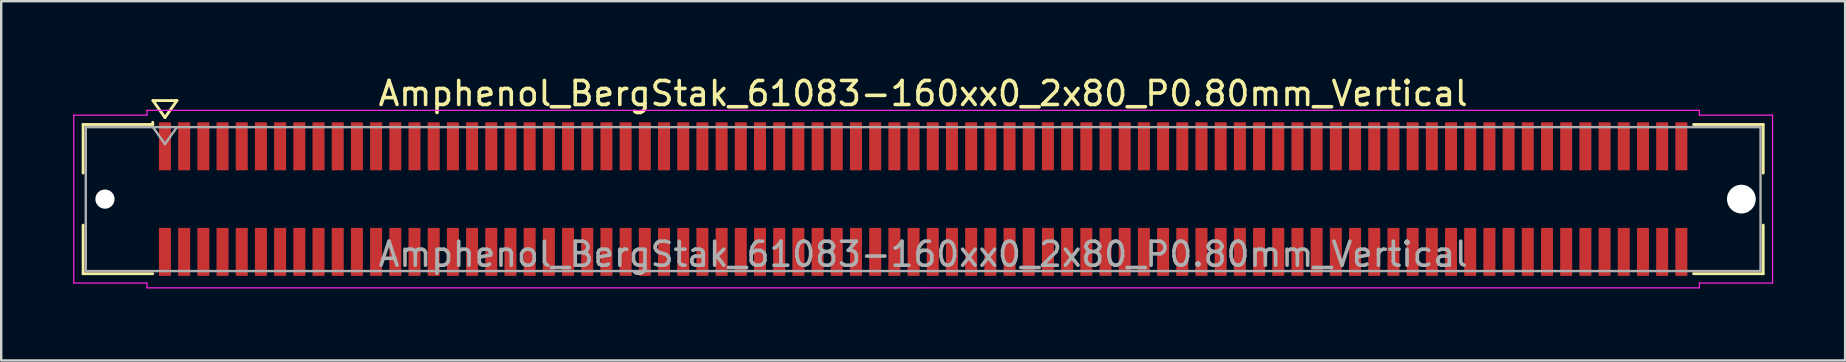
<source format=kicad_pcb>
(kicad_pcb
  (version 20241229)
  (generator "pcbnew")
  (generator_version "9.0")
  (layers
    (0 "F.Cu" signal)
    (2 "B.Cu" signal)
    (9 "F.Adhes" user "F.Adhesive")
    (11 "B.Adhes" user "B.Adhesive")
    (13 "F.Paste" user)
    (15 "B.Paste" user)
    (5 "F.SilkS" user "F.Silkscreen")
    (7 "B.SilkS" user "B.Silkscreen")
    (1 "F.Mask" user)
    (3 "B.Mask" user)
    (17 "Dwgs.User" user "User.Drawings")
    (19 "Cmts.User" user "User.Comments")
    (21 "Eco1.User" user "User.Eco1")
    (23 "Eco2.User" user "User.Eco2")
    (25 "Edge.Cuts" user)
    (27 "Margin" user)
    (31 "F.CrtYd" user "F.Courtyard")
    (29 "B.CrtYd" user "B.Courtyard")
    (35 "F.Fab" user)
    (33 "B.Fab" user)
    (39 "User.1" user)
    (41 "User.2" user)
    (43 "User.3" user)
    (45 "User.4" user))
  (footprint "Amphenol_BergStak_61083-160xx0_2x80_P0.80mm_Vertical"
    (layer "F.Cu")
    (at 35.425 5.248)
    (property "Reference" "Amphenol_BergStak_61083-160xx0_2x80_P0.80mm_Vertical" (at 0 -4.4 0) (layer "F.SilkS") (effects (font (size 1 1) (thickness 0.15))))
    (attr smd)
    (fp_line (start -35.01 -3.11) (end -32.11 -3.11) (stroke (width 0.12) (type solid)) (layer "F.SilkS"))
    (fp_line (start -35.01 -1.085) (end -35.01 -3.11) (stroke (width 0.12) (type solid)) (layer "F.SilkS"))
    (fp_line (start -35.01 1.085) (end -35.01 3.11) (stroke (width 0.12) (type solid)) (layer "F.SilkS"))
    (fp_line (start -35.01 3.11) (end -32.11 3.11) (stroke (width 0.12) (type solid)) (layer "F.SilkS"))
    (fp_line (start -32.11 -3.11) (end -32.11 -3.2) (stroke (width 0.12) (type solid)) (layer "F.SilkS"))
    (fp_line (start -32.1 -4.107) (end -31.6 -3.4) (stroke (width 0.12) (type solid)) (layer "F.SilkS"))
    (fp_line (start -31.6 -3.4) (end -31.1 -4.107) (stroke (width 0.12) (type solid)) (layer "F.SilkS"))
    (fp_line (start -31.1 -4.107) (end -32.1 -4.107) (stroke (width 0.12) (type solid)) (layer "F.SilkS"))
    (fp_line (start 35.01 -3.11) (end 32.11 -3.11) (stroke (width 0.12) (type solid)) (layer "F.SilkS"))
    (fp_line (start 35.01 -1.085) (end 35.01 -3.11) (stroke (width 0.12) (type solid)) (layer "F.SilkS"))
    (fp_line (start 35.01 1.085) (end 35.01 3.11) (stroke (width 0.12) (type solid)) (layer "F.SilkS"))
    (fp_line (start 35.01 3.11) (end 32.11 3.11) (stroke (width 0.12) (type solid)) (layer "F.SilkS"))
    (fp_line (start -35.4 -3.5) (end -35.4 3.5) (stroke (width 0.05) (type solid)) (layer "F.CrtYd"))
    (fp_line (start -35.4 3.5) (end -32.35 3.5) (stroke (width 0.05) (type solid)) (layer "F.CrtYd"))
    (fp_line (start -32.35 -3.7) (end -32.35 -3.5) (stroke (width 0.05) (type solid)) (layer "F.CrtYd"))
    (fp_line (start -32.35 -3.5) (end -35.4 -3.5) (stroke (width 0.05) (type solid)) (layer "F.CrtYd"))
    (fp_line (start -32.35 3.5) (end -32.35 3.7) (stroke (width 0.05) (type solid)) (layer "F.CrtYd"))
    (fp_line (start -32.35 3.7) (end 0 3.7) (stroke (width 0.05) (type solid)) (layer "F.CrtYd"))
    (fp_line (start 0 -3.7) (end -32.35 -3.7) (stroke (width 0.05) (type solid)) (layer "F.CrtYd"))
    (fp_line (start 0 -3.7) (end 32.35 -3.7) (stroke (width 0.05) (type solid)) (layer "F.CrtYd"))
    (fp_line (start 32.35 -3.7) (end 32.35 -3.5) (stroke (width 0.05) (type solid)) (layer "F.CrtYd"))
    (fp_line (start 32.35 -3.5) (end 35.4 -3.5) (stroke (width 0.05) (type solid)) (layer "F.CrtYd"))
    (fp_line (start 32.35 3.5) (end 32.35 3.7) (stroke (width 0.05) (type solid)) (layer "F.CrtYd"))
    (fp_line (start 32.35 3.7) (end 0 3.7) (stroke (width 0.05) (type solid)) (layer "F.CrtYd"))
    (fp_line (start 35.4 -3.5) (end 35.4 3.5) (stroke (width 0.05) (type solid)) (layer "F.CrtYd"))
    (fp_line (start 35.4 3.5) (end 32.35 3.5) (stroke (width 0.05) (type solid)) (layer "F.CrtYd"))
    (fp_line (start -34.9 -3) (end -34.9 3) (stroke (width 0.1) (type solid)) (layer "F.Fab"))
    (fp_line (start -34.9 3) (end 34.9 3) (stroke (width 0.1) (type solid)) (layer "F.Fab"))
    (fp_line (start -32.1 -3) (end -31.6 -2.293) (stroke (width 0.1) (type solid)) (layer "F.Fab"))
    (fp_line (start -31.6 -2.293) (end -31.1 -3) (stroke (width 0.1) (type solid)) (layer "F.Fab"))
    (fp_line (start 34.9 -3) (end -34.9 -3) (stroke (width 0.1) (type solid)) (layer "F.Fab"))
    (fp_line (start 34.9 3) (end 34.9 -3) (stroke (width 0.1) (type solid)) (layer "F.Fab"))
    (fp_text user "${REFERENCE}" (at 0 2.3 0) (layer "F.Fab") (effects (font (size 1 1) (thickness 0.15))))
    (pad "" np_thru_hole circle (at -34.1 0) (size 0.8 0.8) (drill 0.8) (layers "*.Cu" "*.Mask"))
    (pad "" np_thru_hole circle (at 34.1 0) (size 1.2 1.2) (drill 1.2) (layers "*.Cu" "*.Mask"))
    (pad "1" smd rect (at -31.6 -2.2) (size 0.5 2) (layers "F.Cu" "F.Mask" "F.Paste"))
    (pad "2" smd rect (at -31.6 2.2) (size 0.5 2) (layers "F.Cu" "F.Mask" "F.Paste"))
    (pad "3" smd rect (at -30.8 -2.2) (size 0.5 2) (layers "F.Cu" "F.Mask" "F.Paste"))
    (pad "4" smd rect (at -30.8 2.2) (size 0.5 2) (layers "F.Cu" "F.Mask" "F.Paste"))
    (pad "5" smd rect (at -30 -2.2) (size 0.5 2) (layers "F.Cu" "F.Mask" "F.Paste"))
    (pad "6" smd rect (at -30 2.2) (size 0.5 2) (layers "F.Cu" "F.Mask" "F.Paste"))
    (pad "7" smd rect (at -29.2 -2.2) (size 0.5 2) (layers "F.Cu" "F.Mask" "F.Paste"))
    (pad "8" smd rect (at -29.2 2.2) (size 0.5 2) (layers "F.Cu" "F.Mask" "F.Paste"))
    (pad "9" smd rect (at -28.4 -2.2) (size 0.5 2) (layers "F.Cu" "F.Mask" "F.Paste"))
    (pad "10" smd rect (at -28.4 2.2) (size 0.5 2) (layers "F.Cu" "F.Mask" "F.Paste"))
    (pad "11" smd rect (at -27.6 -2.2) (size 0.5 2) (layers "F.Cu" "F.Mask" "F.Paste"))
    (pad "12" smd rect (at -27.6 2.2) (size 0.5 2) (layers "F.Cu" "F.Mask" "F.Paste"))
    (pad "13" smd rect (at -26.8 -2.2) (size 0.5 2) (layers "F.Cu" "F.Mask" "F.Paste"))
    (pad "14" smd rect (at -26.8 2.2) (size 0.5 2) (layers "F.Cu" "F.Mask" "F.Paste"))
    (pad "15" smd rect (at -26 -2.2) (size 0.5 2) (layers "F.Cu" "F.Mask" "F.Paste"))
    (pad "16" smd rect (at -26 2.2) (size 0.5 2) (layers "F.Cu" "F.Mask" "F.Paste"))
    (pad "17" smd rect (at -25.2 -2.2) (size 0.5 2) (layers "F.Cu" "F.Mask" "F.Paste"))
    (pad "18" smd rect (at -25.2 2.2) (size 0.5 2) (layers "F.Cu" "F.Mask" "F.Paste"))
    (pad "19" smd rect (at -24.4 -2.2) (size 0.5 2) (layers "F.Cu" "F.Mask" "F.Paste"))
    (pad "20" smd rect (at -24.4 2.2) (size 0.5 2) (layers "F.Cu" "F.Mask" "F.Paste"))
    (pad "21" smd rect (at -23.6 -2.2) (size 0.5 2) (layers "F.Cu" "F.Mask" "F.Paste"))
    (pad "22" smd rect (at -23.6 2.2) (size 0.5 2) (layers "F.Cu" "F.Mask" "F.Paste"))
    (pad "23" smd rect (at -22.8 -2.2) (size 0.5 2) (layers "F.Cu" "F.Mask" "F.Paste"))
    (pad "24" smd rect (at -22.8 2.2) (size 0.5 2) (layers "F.Cu" "F.Mask" "F.Paste"))
    (pad "25" smd rect (at -22 -2.2) (size 0.5 2) (layers "F.Cu" "F.Mask" "F.Paste"))
    (pad "26" smd rect (at -22 2.2) (size 0.5 2) (layers "F.Cu" "F.Mask" "F.Paste"))
    (pad "27" smd rect (at -21.2 -2.2) (size 0.5 2) (layers "F.Cu" "F.Mask" "F.Paste"))
    (pad "28" smd rect (at -21.2 2.2) (size 0.5 2) (layers "F.Cu" "F.Mask" "F.Paste"))
    (pad "29" smd rect (at -20.4 -2.2) (size 0.5 2) (layers "F.Cu" "F.Mask" "F.Paste"))
    (pad "30" smd rect (at -20.4 2.2) (size 0.5 2) (layers "F.Cu" "F.Mask" "F.Paste"))
    (pad "31" smd rect (at -19.6 -2.2) (size 0.5 2) (layers "F.Cu" "F.Mask" "F.Paste"))
    (pad "32" smd rect (at -19.6 2.2) (size 0.5 2) (layers "F.Cu" "F.Mask" "F.Paste"))
    (pad "33" smd rect (at -18.8 -2.2) (size 0.5 2) (layers "F.Cu" "F.Mask" "F.Paste"))
    (pad "34" smd rect (at -18.8 2.2) (size 0.5 2) (layers "F.Cu" "F.Mask" "F.Paste"))
    (pad "35" smd rect (at -18 -2.2) (size 0.5 2) (layers "F.Cu" "F.Mask" "F.Paste"))
    (pad "36" smd rect (at -18 2.2) (size 0.5 2) (layers "F.Cu" "F.Mask" "F.Paste"))
    (pad "37" smd rect (at -17.2 -2.2) (size 0.5 2) (layers "F.Cu" "F.Mask" "F.Paste"))
    (pad "38" smd rect (at -17.2 2.2) (size 0.5 2) (layers "F.Cu" "F.Mask" "F.Paste"))
    (pad "39" smd rect (at -16.4 -2.2) (size 0.5 2) (layers "F.Cu" "F.Mask" "F.Paste"))
    (pad "40" smd rect (at -16.4 2.2) (size 0.5 2) (layers "F.Cu" "F.Mask" "F.Paste"))
    (pad "41" smd rect (at -15.6 -2.2) (size 0.5 2) (layers "F.Cu" "F.Mask" "F.Paste"))
    (pad "42" smd rect (at -15.6 2.2) (size 0.5 2) (layers "F.Cu" "F.Mask" "F.Paste"))
    (pad "43" smd rect (at -14.8 -2.2) (size 0.5 2) (layers "F.Cu" "F.Mask" "F.Paste"))
    (pad "44" smd rect (at -14.8 2.2) (size 0.5 2) (layers "F.Cu" "F.Mask" "F.Paste"))
    (pad "45" smd rect (at -14 -2.2) (size 0.5 2) (layers "F.Cu" "F.Mask" "F.Paste"))
    (pad "46" smd rect (at -14 2.2) (size 0.5 2) (layers "F.Cu" "F.Mask" "F.Paste"))
    (pad "47" smd rect (at -13.2 -2.2) (size 0.5 2) (layers "F.Cu" "F.Mask" "F.Paste"))
    (pad "48" smd rect (at -13.2 2.2) (size 0.5 2) (layers "F.Cu" "F.Mask" "F.Paste"))
    (pad "49" smd rect (at -12.4 -2.2) (size 0.5 2) (layers "F.Cu" "F.Mask" "F.Paste"))
    (pad "50" smd rect (at -12.4 2.2) (size 0.5 2) (layers "F.Cu" "F.Mask" "F.Paste"))
    (pad "51" smd rect (at -11.6 -2.2) (size 0.5 2) (layers "F.Cu" "F.Mask" "F.Paste"))
    (pad "52" smd rect (at -11.6 2.2) (size 0.5 2) (layers "F.Cu" "F.Mask" "F.Paste"))
    (pad "53" smd rect (at -10.8 -2.2) (size 0.5 2) (layers "F.Cu" "F.Mask" "F.Paste"))
    (pad "54" smd rect (at -10.8 2.2) (size 0.5 2) (layers "F.Cu" "F.Mask" "F.Paste"))
    (pad "55" smd rect (at -10 -2.2) (size 0.5 2) (layers "F.Cu" "F.Mask" "F.Paste"))
    (pad "56" smd rect (at -10 2.2) (size 0.5 2) (layers "F.Cu" "F.Mask" "F.Paste"))
    (pad "57" smd rect (at -9.2 -2.2) (size 0.5 2) (layers "F.Cu" "F.Mask" "F.Paste"))
    (pad "58" smd rect (at -9.2 2.2) (size 0.5 2) (layers "F.Cu" "F.Mask" "F.Paste"))
    (pad "59" smd rect (at -8.4 -2.2) (size 0.5 2) (layers "F.Cu" "F.Mask" "F.Paste"))
    (pad "60" smd rect (at -8.4 2.2) (size 0.5 2) (layers "F.Cu" "F.Mask" "F.Paste"))
    (pad "61" smd rect (at -7.6 -2.2) (size 0.5 2) (layers "F.Cu" "F.Mask" "F.Paste"))
    (pad "62" smd rect (at -7.6 2.2) (size 0.5 2) (layers "F.Cu" "F.Mask" "F.Paste"))
    (pad "63" smd rect (at -6.8 -2.2) (size 0.5 2) (layers "F.Cu" "F.Mask" "F.Paste"))
    (pad "64" smd rect (at -6.8 2.2) (size 0.5 2) (layers "F.Cu" "F.Mask" "F.Paste"))
    (pad "65" smd rect (at -6 -2.2) (size 0.5 2) (layers "F.Cu" "F.Mask" "F.Paste"))
    (pad "66" smd rect (at -6 2.2) (size 0.5 2) (layers "F.Cu" "F.Mask" "F.Paste"))
    (pad "67" smd rect (at -5.2 -2.2) (size 0.5 2) (layers "F.Cu" "F.Mask" "F.Paste"))
    (pad "68" smd rect (at -5.2 2.2) (size 0.5 2) (layers "F.Cu" "F.Mask" "F.Paste"))
    (pad "69" smd rect (at -4.4 -2.2) (size 0.5 2) (layers "F.Cu" "F.Mask" "F.Paste"))
    (pad "70" smd rect (at -4.4 2.2) (size 0.5 2) (layers "F.Cu" "F.Mask" "F.Paste"))
    (pad "71" smd rect (at -3.6 -2.2) (size 0.5 2) (layers "F.Cu" "F.Mask" "F.Paste"))
    (pad "72" smd rect (at -3.6 2.2) (size 0.5 2) (layers "F.Cu" "F.Mask" "F.Paste"))
    (pad "73" smd rect (at -2.8 -2.2) (size 0.5 2) (layers "F.Cu" "F.Mask" "F.Paste"))
    (pad "74" smd rect (at -2.8 2.2) (size 0.5 2) (layers "F.Cu" "F.Mask" "F.Paste"))
    (pad "75" smd rect (at -2 -2.2) (size 0.5 2) (layers "F.Cu" "F.Mask" "F.Paste"))
    (pad "76" smd rect (at -2 2.2) (size 0.5 2) (layers "F.Cu" "F.Mask" "F.Paste"))
    (pad "77" smd rect (at -1.2 -2.2) (size 0.5 2) (layers "F.Cu" "F.Mask" "F.Paste"))
    (pad "78" smd rect (at -1.2 2.2) (size 0.5 2) (layers "F.Cu" "F.Mask" "F.Paste"))
    (pad "79" smd rect (at -0.4 -2.2) (size 0.5 2) (layers "F.Cu" "F.Mask" "F.Paste"))
    (pad "80" smd rect (at -0.4 2.2) (size 0.5 2) (layers "F.Cu" "F.Mask" "F.Paste"))
    (pad "81" smd rect (at 0.4 -2.2) (size 0.5 2) (layers "F.Cu" "F.Mask" "F.Paste"))
    (pad "82" smd rect (at 0.4 2.2) (size 0.5 2) (layers "F.Cu" "F.Mask" "F.Paste"))
    (pad "83" smd rect (at 1.2 -2.2) (size 0.5 2) (layers "F.Cu" "F.Mask" "F.Paste"))
    (pad "84" smd rect (at 1.2 2.2) (size 0.5 2) (layers "F.Cu" "F.Mask" "F.Paste"))
    (pad "85" smd rect (at 2 -2.2) (size 0.5 2) (layers "F.Cu" "F.Mask" "F.Paste"))
    (pad "86" smd rect (at 2 2.2) (size 0.5 2) (layers "F.Cu" "F.Mask" "F.Paste"))
    (pad "87" smd rect (at 2.8 -2.2) (size 0.5 2) (layers "F.Cu" "F.Mask" "F.Paste"))
    (pad "88" smd rect (at 2.8 2.2) (size 0.5 2) (layers "F.Cu" "F.Mask" "F.Paste"))
    (pad "89" smd rect (at 3.6 -2.2) (size 0.5 2) (layers "F.Cu" "F.Mask" "F.Paste"))
    (pad "90" smd rect (at 3.6 2.2) (size 0.5 2) (layers "F.Cu" "F.Mask" "F.Paste"))
    (pad "91" smd rect (at 4.4 -2.2) (size 0.5 2) (layers "F.Cu" "F.Mask" "F.Paste"))
    (pad "92" smd rect (at 4.4 2.2) (size 0.5 2) (layers "F.Cu" "F.Mask" "F.Paste"))
    (pad "93" smd rect (at 5.2 -2.2) (size 0.5 2) (layers "F.Cu" "F.Mask" "F.Paste"))
    (pad "94" smd rect (at 5.2 2.2) (size 0.5 2) (layers "F.Cu" "F.Mask" "F.Paste"))
    (pad "95" smd rect (at 6 -2.2) (size 0.5 2) (layers "F.Cu" "F.Mask" "F.Paste"))
    (pad "96" smd rect (at 6 2.2) (size 0.5 2) (layers "F.Cu" "F.Mask" "F.Paste"))
    (pad "97" smd rect (at 6.8 -2.2) (size 0.5 2) (layers "F.Cu" "F.Mask" "F.Paste"))
    (pad "98" smd rect (at 6.8 2.2) (size 0.5 2) (layers "F.Cu" "F.Mask" "F.Paste"))
    (pad "99" smd rect (at 7.6 -2.2) (size 0.5 2) (layers "F.Cu" "F.Mask" "F.Paste"))
    (pad "100" smd rect (at 7.6 2.2) (size 0.5 2) (layers "F.Cu" "F.Mask" "F.Paste"))
    (pad "101" smd rect (at 8.4 -2.2) (size 0.5 2) (layers "F.Cu" "F.Mask" "F.Paste"))
    (pad "102" smd rect (at 8.4 2.2) (size 0.5 2) (layers "F.Cu" "F.Mask" "F.Paste"))
    (pad "103" smd rect (at 9.2 -2.2) (size 0.5 2) (layers "F.Cu" "F.Mask" "F.Paste"))
    (pad "104" smd rect (at 9.2 2.2) (size 0.5 2) (layers "F.Cu" "F.Mask" "F.Paste"))
    (pad "105" smd rect (at 10 -2.2) (size 0.5 2) (layers "F.Cu" "F.Mask" "F.Paste"))
    (pad "106" smd rect (at 10 2.2) (size 0.5 2) (layers "F.Cu" "F.Mask" "F.Paste"))
    (pad "107" smd rect (at 10.8 -2.2) (size 0.5 2) (layers "F.Cu" "F.Mask" "F.Paste"))
    (pad "108" smd rect (at 10.8 2.2) (size 0.5 2) (layers "F.Cu" "F.Mask" "F.Paste"))
    (pad "109" smd rect (at 11.6 -2.2) (size 0.5 2) (layers "F.Cu" "F.Mask" "F.Paste"))
    (pad "110" smd rect (at 11.6 2.2) (size 0.5 2) (layers "F.Cu" "F.Mask" "F.Paste"))
    (pad "111" smd rect (at 12.4 -2.2) (size 0.5 2) (layers "F.Cu" "F.Mask" "F.Paste"))
    (pad "112" smd rect (at 12.4 2.2) (size 0.5 2) (layers "F.Cu" "F.Mask" "F.Paste"))
    (pad "113" smd rect (at 13.2 -2.2) (size 0.5 2) (layers "F.Cu" "F.Mask" "F.Paste"))
    (pad "114" smd rect (at 13.2 2.2) (size 0.5 2) (layers "F.Cu" "F.Mask" "F.Paste"))
    (pad "115" smd rect (at 14 -2.2) (size 0.5 2) (layers "F.Cu" "F.Mask" "F.Paste"))
    (pad "116" smd rect (at 14 2.2) (size 0.5 2) (layers "F.Cu" "F.Mask" "F.Paste"))
    (pad "117" smd rect (at 14.8 -2.2) (size 0.5 2) (layers "F.Cu" "F.Mask" "F.Paste"))
    (pad "118" smd rect (at 14.8 2.2) (size 0.5 2) (layers "F.Cu" "F.Mask" "F.Paste"))
    (pad "119" smd rect (at 15.6 -2.2) (size 0.5 2) (layers "F.Cu" "F.Mask" "F.Paste"))
    (pad "120" smd rect (at 15.6 2.2) (size 0.5 2) (layers "F.Cu" "F.Mask" "F.Paste"))
    (pad "121" smd rect (at 16.4 -2.2) (size 0.5 2) (layers "F.Cu" "F.Mask" "F.Paste"))
    (pad "122" smd rect (at 16.4 2.2) (size 0.5 2) (layers "F.Cu" "F.Mask" "F.Paste"))
    (pad "123" smd rect (at 17.2 -2.2) (size 0.5 2) (layers "F.Cu" "F.Mask" "F.Paste"))
    (pad "124" smd rect (at 17.2 2.2) (size 0.5 2) (layers "F.Cu" "F.Mask" "F.Paste"))
    (pad "125" smd rect (at 18 -2.2) (size 0.5 2) (layers "F.Cu" "F.Mask" "F.Paste"))
    (pad "126" smd rect (at 18 2.2) (size 0.5 2) (layers "F.Cu" "F.Mask" "F.Paste"))
    (pad "127" smd rect (at 18.8 -2.2) (size 0.5 2) (layers "F.Cu" "F.Mask" "F.Paste"))
    (pad "128" smd rect (at 18.8 2.2) (size 0.5 2) (layers "F.Cu" "F.Mask" "F.Paste"))
    (pad "129" smd rect (at 19.6 -2.2) (size 0.5 2) (layers "F.Cu" "F.Mask" "F.Paste"))
    (pad "130" smd rect (at 19.6 2.2) (size 0.5 2) (layers "F.Cu" "F.Mask" "F.Paste"))
    (pad "131" smd rect (at 20.4 -2.2) (size 0.5 2) (layers "F.Cu" "F.Mask" "F.Paste"))
    (pad "132" smd rect (at 20.4 2.2) (size 0.5 2) (layers "F.Cu" "F.Mask" "F.Paste"))
    (pad "133" smd rect (at 21.2 -2.2) (size 0.5 2) (layers "F.Cu" "F.Mask" "F.Paste"))
    (pad "134" smd rect (at 21.2 2.2) (size 0.5 2) (layers "F.Cu" "F.Mask" "F.Paste"))
    (pad "135" smd rect (at 22 -2.2) (size 0.5 2) (layers "F.Cu" "F.Mask" "F.Paste"))
    (pad "136" smd rect (at 22 2.2) (size 0.5 2) (layers "F.Cu" "F.Mask" "F.Paste"))
    (pad "137" smd rect (at 22.8 -2.2) (size 0.5 2) (layers "F.Cu" "F.Mask" "F.Paste"))
    (pad "138" smd rect (at 22.8 2.2) (size 0.5 2) (layers "F.Cu" "F.Mask" "F.Paste"))
    (pad "139" smd rect (at 23.6 -2.2) (size 0.5 2) (layers "F.Cu" "F.Mask" "F.Paste"))
    (pad "140" smd rect (at 23.6 2.2) (size 0.5 2) (layers "F.Cu" "F.Mask" "F.Paste"))
    (pad "141" smd rect (at 24.4 -2.2) (size 0.5 2) (layers "F.Cu" "F.Mask" "F.Paste"))
    (pad "142" smd rect (at 24.4 2.2) (size 0.5 2) (layers "F.Cu" "F.Mask" "F.Paste"))
    (pad "143" smd rect (at 25.2 -2.2) (size 0.5 2) (layers "F.Cu" "F.Mask" "F.Paste"))
    (pad "144" smd rect (at 25.2 2.2) (size 0.5 2) (layers "F.Cu" "F.Mask" "F.Paste"))
    (pad "145" smd rect (at 26 -2.2) (size 0.5 2) (layers "F.Cu" "F.Mask" "F.Paste"))
    (pad "146" smd rect (at 26 2.2) (size 0.5 2) (layers "F.Cu" "F.Mask" "F.Paste"))
    (pad "147" smd rect (at 26.8 -2.2) (size 0.5 2) (layers "F.Cu" "F.Mask" "F.Paste"))
    (pad "148" smd rect (at 26.8 2.2) (size 0.5 2) (layers "F.Cu" "F.Mask" "F.Paste"))
    (pad "149" smd rect (at 27.6 -2.2) (size 0.5 2) (layers "F.Cu" "F.Mask" "F.Paste"))
    (pad "150" smd rect (at 27.6 2.2) (size 0.5 2) (layers "F.Cu" "F.Mask" "F.Paste"))
    (pad "151" smd rect (at 28.4 -2.2) (size 0.5 2) (layers "F.Cu" "F.Mask" "F.Paste"))
    (pad "152" smd rect (at 28.4 2.2) (size 0.5 2) (layers "F.Cu" "F.Mask" "F.Paste"))
    (pad "153" smd rect (at 29.2 -2.2) (size 0.5 2) (layers "F.Cu" "F.Mask" "F.Paste"))
    (pad "154" smd rect (at 29.2 2.2) (size 0.5 2) (layers "F.Cu" "F.Mask" "F.Paste"))
    (pad "155" smd rect (at 30 -2.2) (size 0.5 2) (layers "F.Cu" "F.Mask" "F.Paste"))
    (pad "156" smd rect (at 30 2.2) (size 0.5 2) (layers "F.Cu" "F.Mask" "F.Paste"))
    (pad "157" smd rect (at 30.8 -2.2) (size 0.5 2) (layers "F.Cu" "F.Mask" "F.Paste"))
    (pad "158" smd rect (at 30.8 2.2) (size 0.5 2) (layers "F.Cu" "F.Mask" "F.Paste"))
    (pad "159" smd rect (at 31.6 -2.2) (size 0.5 2) (layers "F.Cu" "F.Mask" "F.Paste"))
    (pad "160" smd rect (at 31.6 2.2) (size 0.5 2) (layers "F.Cu" "F.Mask" "F.Paste")))
  (gr_rect
    (start -3 -3)
    (end 73.85 11.973)
    (stroke (width 0.1) (type default))
    (fill no)
    (layer "Edge.Cuts")))
</source>
